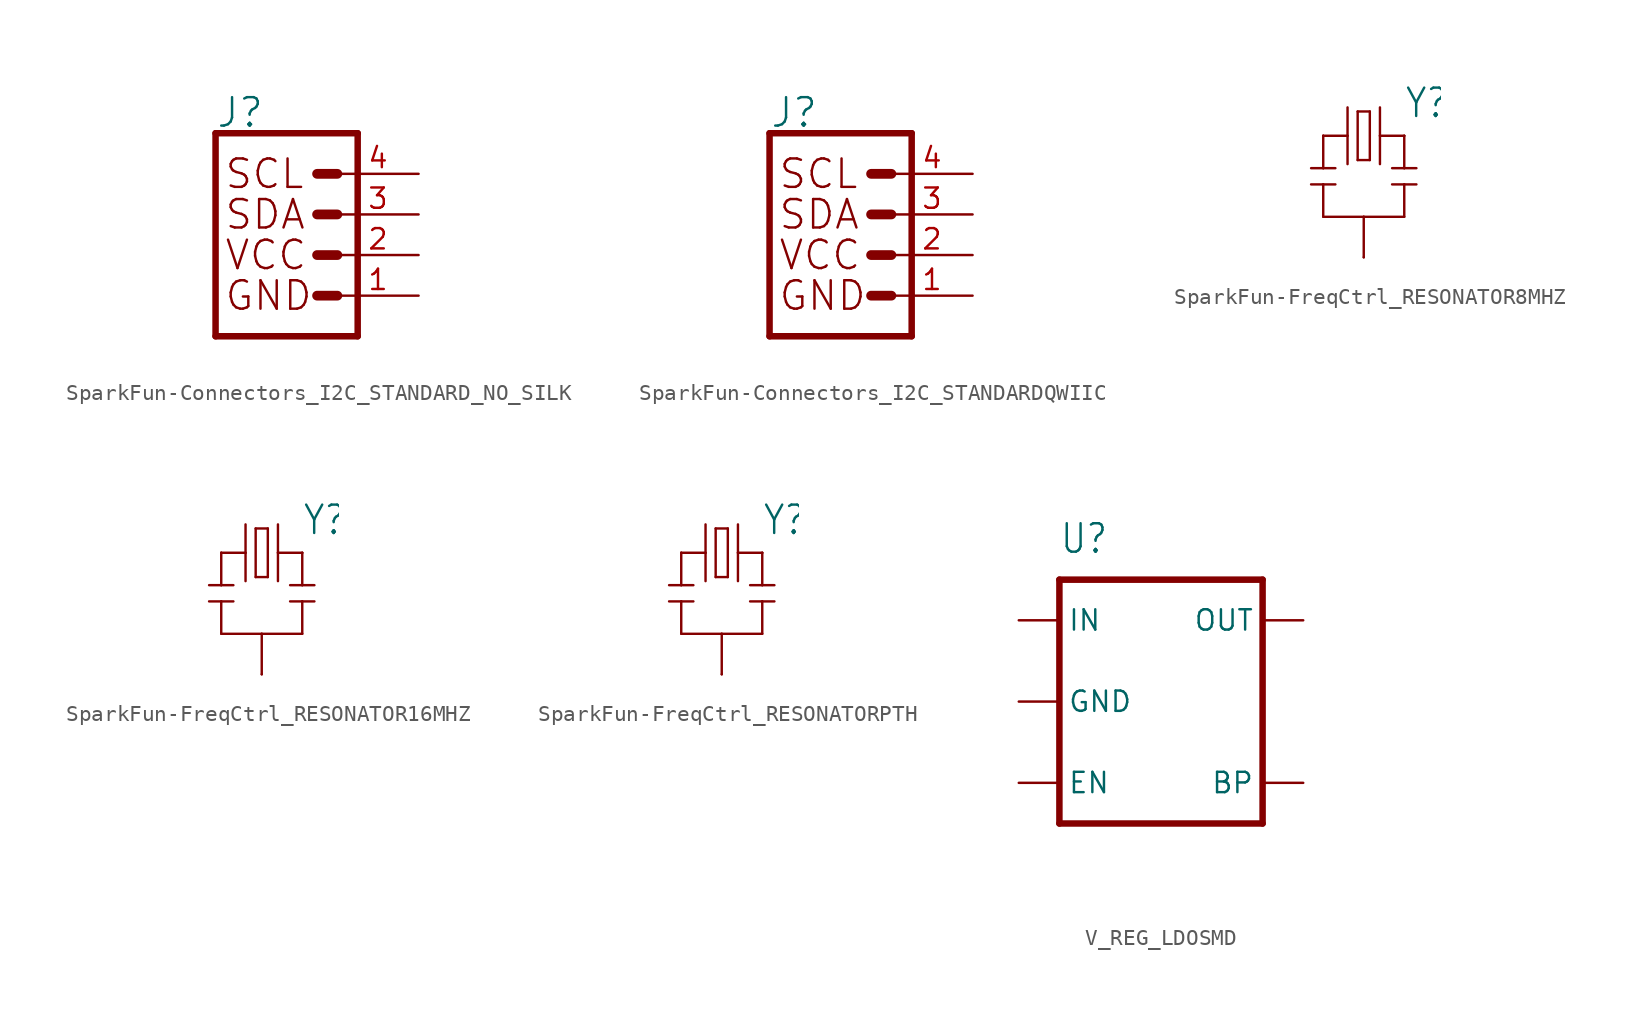
<source format=kicad_sym>
(kicad_symbol_lib
  (version 20231120)
  (generator "kicad_symbol_editor")
  (generator_version "8.0")
  (symbol "SparkFun-Connectors_I2C_STANDARD_NO_SILK"
    (property "Reference" "J"
      (at -5.08 7.874 0)
      (effects (font (size 1.778 1.778)) (justify left bottom)))
    (property "Value" ""
      (at -5.08 -5.334 0)
      (effects (font (size 1.778 1.778)) (justify left top)))
    (property "ki_locked" ""
      (at 0 0 0)
      (effects (font (size 1.27 1.27))))
    (symbol "SparkFun-Connectors_I2C_STANDARD_NO_SILK_1_0"
      (polyline (pts (xy -5.08 7.62) (xy -5.08 -5.08)) (stroke (width 0.406) (type solid)) (fill (type none)))
      (polyline (pts (xy -5.08 7.62) (xy 3.81 7.62)) (stroke (width 0.406) (type solid)) (fill (type none)))
      (polyline (pts (xy 1.27 -2.54) (xy 2.54 -2.54)) (stroke (width 0.61) (type solid)) (fill (type none)))
      (polyline (pts (xy 1.27 0) (xy 2.54 0)) (stroke (width 0.61) (type solid)) (fill (type none)))
      (polyline (pts (xy 1.27 2.54) (xy 2.54 2.54)) (stroke (width 0.61) (type solid)) (fill (type none)))
      (polyline (pts (xy 1.27 5.08) (xy 2.54 5.08)) (stroke (width 0.61) (type solid)) (fill (type none)))
      (polyline (pts (xy 3.81 -5.08) (xy -5.08 -5.08)) (stroke (width 0.406) (type solid)) (fill (type none)))
      (polyline (pts (xy 3.81 -5.08) (xy 3.81 7.62)) (stroke (width 0.406) (type solid)) (fill (type none)))
      (text "GND" (at -4.572 -2.54 0) (effects (font (size 1.778 1.778)) (justify left)))
      (text "SCL" (at -4.572 5.08 0) (effects (font (size 1.778 1.778)) (justify left)))
      (text "SDA" (at -4.572 2.54 0) (effects (font (size 1.778 1.778)) (justify left)))
      (text "VCC" (at -4.572 0 0) (effects (font (size 1.778 1.778)) (justify left)))
      (pin power_in line (at 7.62 -2.54 180) (length 5.08) (name "1" (effects (font (size 0 0)))) (number "1" (effects (font (size 1.27 1.27)))))
      (pin power_in line (at 7.62 0 180) (length 5.08) (name "2" (effects (font (size 0 0)))) (number "2" (effects (font (size 1.27 1.27)))))
      (pin passive line (at 7.62 2.54 180) (length 5.08) (name "3" (effects (font (size 0 0)))) (number "3" (effects (font (size 1.27 1.27)))))
      (pin passive line (at 7.62 5.08 180) (length 5.08) (name "4" (effects (font (size 0 0)))) (number "4" (effects (font (size 1.27 1.27)))))))
  (symbol "SparkFun-Connectors_I2C_STANDARDQWIIC"
    (property "Reference" "J"
      (at -5.08 7.874 0)
      (effects (font (size 1.778 1.778)) (justify left bottom)))
    (property "Value" ""
      (at -5.08 -5.334 0)
      (effects (font (size 1.778 1.778)) (justify left top)))
    (property "ki_locked" ""
      (at 0 0 0)
      (effects (font (size 1.27 1.27))))
    (symbol "SparkFun-Connectors_I2C_STANDARDQWIIC_1_0"
      (polyline (pts (xy -5.08 7.62) (xy -5.08 -5.08)) (stroke (width 0.406) (type solid)) (fill (type none)))
      (polyline (pts (xy -5.08 7.62) (xy 3.81 7.62)) (stroke (width 0.406) (type solid)) (fill (type none)))
      (polyline (pts (xy 1.27 -2.54) (xy 2.54 -2.54)) (stroke (width 0.61) (type solid)) (fill (type none)))
      (polyline (pts (xy 1.27 0) (xy 2.54 0)) (stroke (width 0.61) (type solid)) (fill (type none)))
      (polyline (pts (xy 1.27 2.54) (xy 2.54 2.54)) (stroke (width 0.61) (type solid)) (fill (type none)))
      (polyline (pts (xy 1.27 5.08) (xy 2.54 5.08)) (stroke (width 0.61) (type solid)) (fill (type none)))
      (polyline (pts (xy 3.81 -5.08) (xy -5.08 -5.08)) (stroke (width 0.406) (type solid)) (fill (type none)))
      (polyline (pts (xy 3.81 -5.08) (xy 3.81 7.62)) (stroke (width 0.406) (type solid)) (fill (type none)))
      (text "GND" (at -4.572 -2.54 0) (effects (font (size 1.778 1.778)) (justify left)))
      (text "SCL" (at -4.572 5.08 0) (effects (font (size 1.778 1.778)) (justify left)))
      (text "SDA" (at -4.572 2.54 0) (effects (font (size 1.778 1.778)) (justify left)))
      (text "VCC" (at -4.572 0 0) (effects (font (size 1.778 1.778)) (justify left)))
      (pin power_in line (at 7.62 -2.54 180) (length 5.08) (name "1" (effects (font (size 0 0)))) (number "1" (effects (font (size 1.27 1.27)))))
      (pin power_in line (at 7.62 0 180) (length 5.08) (name "2" (effects (font (size 0 0)))) (number "2" (effects (font (size 1.27 1.27)))))
      (pin passive line (at 7.62 2.54 180) (length 5.08) (name "3" (effects (font (size 0 0)))) (number "3" (effects (font (size 1.27 1.27)))))
      (pin passive line (at 7.62 5.08 180) (length 5.08) (name "4" (effects (font (size 0 0)))) (number "4" (effects (font (size 1.27 1.27)))))))
  (symbol "SparkFun-FreqCtrl_RESONATOR8MHZ"
    (property "Reference" "Y"
      (at 2.54 1.016 0)
      (effects (font (size 1.778 1.511)) (justify left bottom)))
    (property "Value" ""
      (at 2.54 -7.62 0)
      (effects (font (size 1.778 1.511)) (justify left bottom)))
    (property "ki_locked" ""
      (at 0 0 0)
      (effects (font (size 1.27 1.27))))
    (symbol "SparkFun-FreqCtrl_RESONATOR8MHZ_1_0"
      (polyline (pts (xy -2.54 -3.048) (xy -3.302 -3.048)) (stroke (width 0.152) (type solid)) (fill (type none)))
      (polyline (pts (xy -2.54 -3.048) (xy -2.54 -5.08)) (stroke (width 0.152) (type solid)) (fill (type none)))
      (polyline (pts (xy -2.54 -2.032) (xy -3.302 -2.032)) (stroke (width 0.152) (type solid)) (fill (type none)))
      (polyline (pts (xy -2.54 -2.032) (xy -2.54 0)) (stroke (width 0.152) (type solid)) (fill (type none)))
      (polyline (pts (xy -2.54 0) (xy -1.016 0)) (stroke (width 0.152) (type solid)) (fill (type none)))
      (polyline (pts (xy -1.778 -3.048) (xy -2.54 -3.048)) (stroke (width 0.152) (type solid)) (fill (type none)))
      (polyline (pts (xy -1.778 -2.032) (xy -2.54 -2.032)) (stroke (width 0.152) (type solid)) (fill (type none)))
      (polyline (pts (xy -1.016 0) (xy -1.016 -1.778)) (stroke (width 0.152) (type solid)) (fill (type none)))
      (polyline (pts (xy -1.016 1.778) (xy -1.016 0)) (stroke (width 0.152) (type solid)) (fill (type none)))
      (polyline (pts (xy -0.381 -1.524) (xy 0.381 -1.524)) (stroke (width 0.152) (type solid)) (fill (type none)))
      (polyline (pts (xy -0.381 1.524) (xy -0.381 -1.524)) (stroke (width 0.152) (type solid)) (fill (type none)))
      (polyline (pts (xy 0 -5.08) (xy -2.54 -5.08)) (stroke (width 0.152) (type solid)) (fill (type none)))
      (polyline (pts (xy 0 -5.08) (xy 0 -7.62)) (stroke (width 0.152) (type solid)) (fill (type none)))
      (polyline (pts (xy 0.381 -1.524) (xy 0.381 1.524)) (stroke (width 0.152) (type solid)) (fill (type none)))
      (polyline (pts (xy 0.381 1.524) (xy -0.381 1.524)) (stroke (width 0.152) (type solid)) (fill (type none)))
      (polyline (pts (xy 1.016 0) (xy 1.016 -1.778)) (stroke (width 0.152) (type solid)) (fill (type none)))
      (polyline (pts (xy 1.016 0) (xy 2.54 0)) (stroke (width 0.152) (type solid)) (fill (type none)))
      (polyline (pts (xy 1.016 1.778) (xy 1.016 0)) (stroke (width 0.152) (type solid)) (fill (type none)))
      (polyline (pts (xy 2.54 -5.08) (xy 0 -5.08)) (stroke (width 0.152) (type solid)) (fill (type none)))
      (polyline (pts (xy 2.54 -3.048) (xy 1.778 -3.048)) (stroke (width 0.152) (type solid)) (fill (type none)))
      (polyline (pts (xy 2.54 -3.048) (xy 2.54 -5.08)) (stroke (width 0.152) (type solid)) (fill (type none)))
      (polyline (pts (xy 2.54 -2.032) (xy 1.778 -2.032)) (stroke (width 0.152) (type solid)) (fill (type none)))
      (polyline (pts (xy 2.54 0) (xy 2.54 -2.032)) (stroke (width 0.152) (type solid)) (fill (type none)))
      (polyline (pts (xy 3.302 -3.048) (xy 2.54 -3.048)) (stroke (width 0.152) (type solid)) (fill (type none)))
      (polyline (pts (xy 3.302 -2.032) (xy 2.54 -2.032)) (stroke (width 0.152) (type solid)) (fill (type none)))
      (pin passive line (at -2.54 0 0) (length 0) (name "1" (effects (font (size 0 0)))) (number "1" (effects (font (size 0 0)))))
      (pin passive line (at 0 -7.62 90) (length 0) (name "2" (effects (font (size 0 0)))) (number "2" (effects (font (size 0 0)))))
      (pin passive line (at 2.54 0 180) (length 0) (name "3" (effects (font (size 0 0)))) (number "3" (effects (font (size 0 0)))))))
  (symbol "SparkFun-FreqCtrl_RESONATOR16MHZ"
    (property "Reference" "Y"
      (at 2.54 1.016 0)
      (effects (font (size 1.778 1.511)) (justify left bottom)))
    (property "Value" ""
      (at 2.54 -7.62 0)
      (effects (font (size 1.778 1.511)) (justify left bottom)))
    (property "ki_locked" ""
      (at 0 0 0)
      (effects (font (size 1.27 1.27))))
    (symbol "SparkFun-FreqCtrl_RESONATOR16MHZ_1_0"
      (polyline (pts (xy -2.54 -3.048) (xy -3.302 -3.048)) (stroke (width 0.152) (type solid)) (fill (type none)))
      (polyline (pts (xy -2.54 -3.048) (xy -2.54 -5.08)) (stroke (width 0.152) (type solid)) (fill (type none)))
      (polyline (pts (xy -2.54 -2.032) (xy -3.302 -2.032)) (stroke (width 0.152) (type solid)) (fill (type none)))
      (polyline (pts (xy -2.54 -2.032) (xy -2.54 0)) (stroke (width 0.152) (type solid)) (fill (type none)))
      (polyline (pts (xy -2.54 0) (xy -1.016 0)) (stroke (width 0.152) (type solid)) (fill (type none)))
      (polyline (pts (xy -1.778 -3.048) (xy -2.54 -3.048)) (stroke (width 0.152) (type solid)) (fill (type none)))
      (polyline (pts (xy -1.778 -2.032) (xy -2.54 -2.032)) (stroke (width 0.152) (type solid)) (fill (type none)))
      (polyline (pts (xy -1.016 0) (xy -1.016 -1.778)) (stroke (width 0.152) (type solid)) (fill (type none)))
      (polyline (pts (xy -1.016 1.778) (xy -1.016 0)) (stroke (width 0.152) (type solid)) (fill (type none)))
      (polyline (pts (xy -0.381 -1.524) (xy 0.381 -1.524)) (stroke (width 0.152) (type solid)) (fill (type none)))
      (polyline (pts (xy -0.381 1.524) (xy -0.381 -1.524)) (stroke (width 0.152) (type solid)) (fill (type none)))
      (polyline (pts (xy 0 -5.08) (xy -2.54 -5.08)) (stroke (width 0.152) (type solid)) (fill (type none)))
      (polyline (pts (xy 0 -5.08) (xy 0 -7.62)) (stroke (width 0.152) (type solid)) (fill (type none)))
      (polyline (pts (xy 0.381 -1.524) (xy 0.381 1.524)) (stroke (width 0.152) (type solid)) (fill (type none)))
      (polyline (pts (xy 0.381 1.524) (xy -0.381 1.524)) (stroke (width 0.152) (type solid)) (fill (type none)))
      (polyline (pts (xy 1.016 0) (xy 1.016 -1.778)) (stroke (width 0.152) (type solid)) (fill (type none)))
      (polyline (pts (xy 1.016 0) (xy 2.54 0)) (stroke (width 0.152) (type solid)) (fill (type none)))
      (polyline (pts (xy 1.016 1.778) (xy 1.016 0)) (stroke (width 0.152) (type solid)) (fill (type none)))
      (polyline (pts (xy 2.54 -5.08) (xy 0 -5.08)) (stroke (width 0.152) (type solid)) (fill (type none)))
      (polyline (pts (xy 2.54 -3.048) (xy 1.778 -3.048)) (stroke (width 0.152) (type solid)) (fill (type none)))
      (polyline (pts (xy 2.54 -3.048) (xy 2.54 -5.08)) (stroke (width 0.152) (type solid)) (fill (type none)))
      (polyline (pts (xy 2.54 -2.032) (xy 1.778 -2.032)) (stroke (width 0.152) (type solid)) (fill (type none)))
      (polyline (pts (xy 2.54 0) (xy 2.54 -2.032)) (stroke (width 0.152) (type solid)) (fill (type none)))
      (polyline (pts (xy 3.302 -3.048) (xy 2.54 -3.048)) (stroke (width 0.152) (type solid)) (fill (type none)))
      (polyline (pts (xy 3.302 -2.032) (xy 2.54 -2.032)) (stroke (width 0.152) (type solid)) (fill (type none)))
      (pin passive line (at -2.54 0 0) (length 0) (name "1" (effects (font (size 0 0)))) (number "1" (effects (font (size 0 0)))))
      (pin passive line (at 0 -7.62 90) (length 0) (name "2" (effects (font (size 0 0)))) (number "2" (effects (font (size 0 0)))))
      (pin passive line (at 2.54 0 180) (length 0) (name "3" (effects (font (size 0 0)))) (number "3" (effects (font (size 0 0)))))))
  (symbol "SparkFun-FreqCtrl_RESONATORPTH"
    (property "Reference" "Y"
      (at 2.54 1.016 0)
      (effects (font (size 1.778 1.511)) (justify left bottom)))
    (property "Value" ""
      (at 2.54 -7.62 0)
      (effects (font (size 1.778 1.511)) (justify left bottom)))
    (property "ki_locked" ""
      (at 0 0 0)
      (effects (font (size 1.27 1.27))))
    (symbol "SparkFun-FreqCtrl_RESONATORPTH_1_0"
      (polyline (pts (xy -2.54 -3.048) (xy -3.302 -3.048)) (stroke (width 0.152) (type solid)) (fill (type none)))
      (polyline (pts (xy -2.54 -3.048) (xy -2.54 -5.08)) (stroke (width 0.152) (type solid)) (fill (type none)))
      (polyline (pts (xy -2.54 -2.032) (xy -3.302 -2.032)) (stroke (width 0.152) (type solid)) (fill (type none)))
      (polyline (pts (xy -2.54 -2.032) (xy -2.54 0)) (stroke (width 0.152) (type solid)) (fill (type none)))
      (polyline (pts (xy -2.54 0) (xy -1.016 0)) (stroke (width 0.152) (type solid)) (fill (type none)))
      (polyline (pts (xy -1.778 -3.048) (xy -2.54 -3.048)) (stroke (width 0.152) (type solid)) (fill (type none)))
      (polyline (pts (xy -1.778 -2.032) (xy -2.54 -2.032)) (stroke (width 0.152) (type solid)) (fill (type none)))
      (polyline (pts (xy -1.016 0) (xy -1.016 -1.778)) (stroke (width 0.152) (type solid)) (fill (type none)))
      (polyline (pts (xy -1.016 1.778) (xy -1.016 0)) (stroke (width 0.152) (type solid)) (fill (type none)))
      (polyline (pts (xy -0.381 -1.524) (xy 0.381 -1.524)) (stroke (width 0.152) (type solid)) (fill (type none)))
      (polyline (pts (xy -0.381 1.524) (xy -0.381 -1.524)) (stroke (width 0.152) (type solid)) (fill (type none)))
      (polyline (pts (xy 0 -5.08) (xy -2.54 -5.08)) (stroke (width 0.152) (type solid)) (fill (type none)))
      (polyline (pts (xy 0 -5.08) (xy 0 -7.62)) (stroke (width 0.152) (type solid)) (fill (type none)))
      (polyline (pts (xy 0.381 -1.524) (xy 0.381 1.524)) (stroke (width 0.152) (type solid)) (fill (type none)))
      (polyline (pts (xy 0.381 1.524) (xy -0.381 1.524)) (stroke (width 0.152) (type solid)) (fill (type none)))
      (polyline (pts (xy 1.016 0) (xy 1.016 -1.778)) (stroke (width 0.152) (type solid)) (fill (type none)))
      (polyline (pts (xy 1.016 0) (xy 2.54 0)) (stroke (width 0.152) (type solid)) (fill (type none)))
      (polyline (pts (xy 1.016 1.778) (xy 1.016 0)) (stroke (width 0.152) (type solid)) (fill (type none)))
      (polyline (pts (xy 2.54 -5.08) (xy 0 -5.08)) (stroke (width 0.152) (type solid)) (fill (type none)))
      (polyline (pts (xy 2.54 -3.048) (xy 1.778 -3.048)) (stroke (width 0.152) (type solid)) (fill (type none)))
      (polyline (pts (xy 2.54 -3.048) (xy 2.54 -5.08)) (stroke (width 0.152) (type solid)) (fill (type none)))
      (polyline (pts (xy 2.54 -2.032) (xy 1.778 -2.032)) (stroke (width 0.152) (type solid)) (fill (type none)))
      (polyline (pts (xy 2.54 0) (xy 2.54 -2.032)) (stroke (width 0.152) (type solid)) (fill (type none)))
      (polyline (pts (xy 3.302 -3.048) (xy 2.54 -3.048)) (stroke (width 0.152) (type solid)) (fill (type none)))
      (polyline (pts (xy 3.302 -2.032) (xy 2.54 -2.032)) (stroke (width 0.152) (type solid)) (fill (type none)))
      (pin passive line (at -2.54 0 0) (length 0) (name "1" (effects (font (size 0 0)))) (number "1" (effects (font (size 0 0)))))
      (pin passive line (at 0 -7.62 90) (length 0) (name "2" (effects (font (size 0 0)))) (number "2" (effects (font (size 0 0)))))
      (pin passive line (at 2.54 0 180) (length 0) (name "3" (effects (font (size 0 0)))) (number "3" (effects (font (size 0 0)))))))
  (symbol "V_REG_LDOSMD"
    (property "Reference" "U"
      (at -7.62 9.144 0)
      (effects (font (size 1.778 1.511)) (justify left bottom)))
    (property "Value" ""
      (at -7.62 -11.43 0)
      (effects (font (size 1.778 1.511)) (justify left bottom)))
    (property "ki_locked" ""
      (at 0 0 0)
      (effects (font (size 1.27 1.27))))
    (symbol "V_REG_LDOSMD_1_0"
      (polyline (pts (xy -7.62 -7.62) (xy 5.08 -7.62)) (stroke (width 0.406) (type solid)) (fill (type none)))
      (polyline (pts (xy -7.62 7.62) (xy -7.62 -7.62)) (stroke (width 0.406) (type solid)) (fill (type none)))
      (polyline (pts (xy 5.08 -7.62) (xy 5.08 7.62)) (stroke (width 0.406) (type solid)) (fill (type none)))
      (polyline (pts (xy 5.08 7.62) (xy -7.62 7.62)) (stroke (width 0.406) (type solid)) (fill (type none)))
      (pin input line (at -10.16 5.08 0) (length 2.54) (name "IN" (effects (font (size 1.27 1.27)))) (number "1" (effects (font (size 0 0)))))
      (pin input line (at -10.16 0 0) (length 2.54) (name "GND" (effects (font (size 1.27 1.27)))) (number "2" (effects (font (size 0 0)))))
      (pin input line (at -10.16 -5.08 0) (length 2.54) (name "EN" (effects (font (size 1.27 1.27)))) (number "3" (effects (font (size 0 0)))))
      (pin input line (at 7.62 -5.08 180) (length 2.54) (name "BP" (effects (font (size 1.27 1.27)))) (number "4" (effects (font (size 0 0)))))
      (pin passive line (at 7.62 5.08 180) (length 2.54) (name "OUT" (effects (font (size 1.27 1.27)))) (number "5" (effects (font (size 0 0))))))))
</source>
